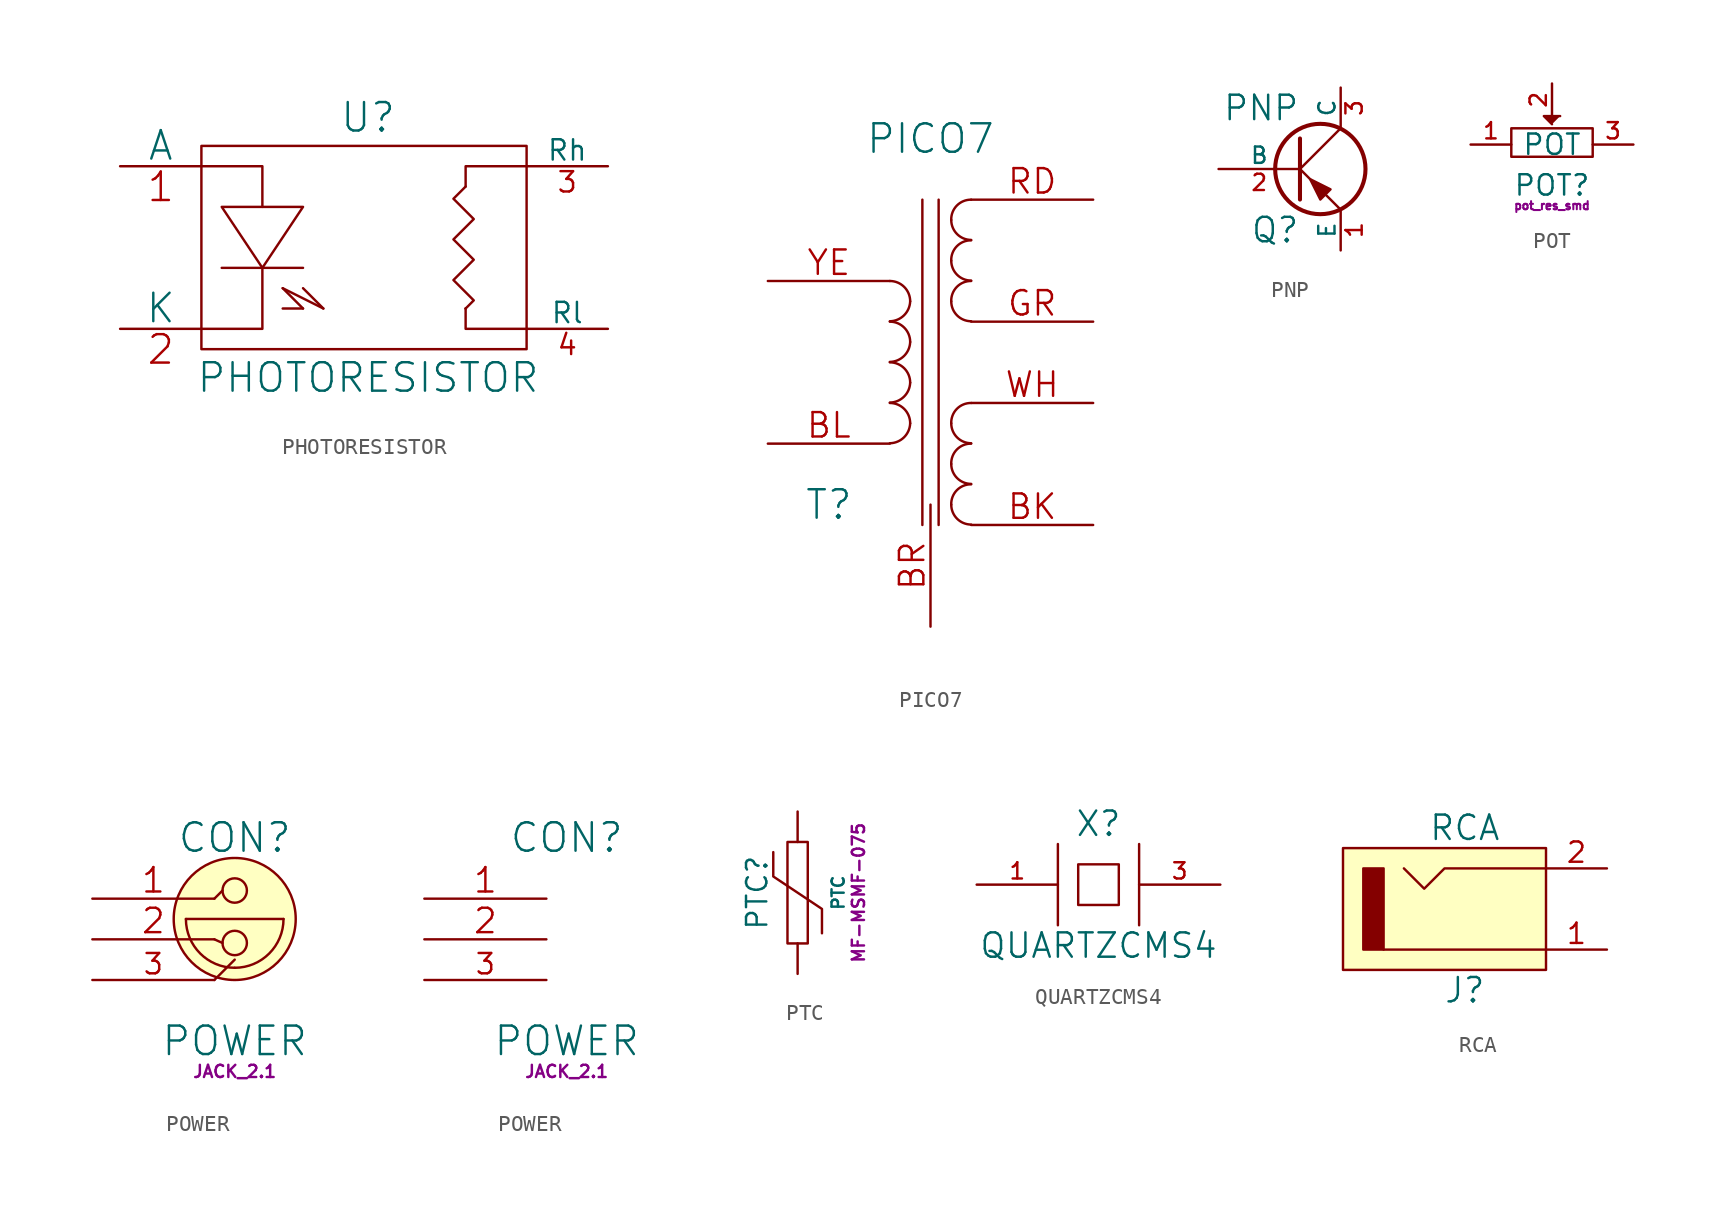
<source format=kicad_sym>
(kicad_symbol_lib
  (version 20220914)
  (generator kicad_symbol_editor)
  (symbol "PHOTORESISTOR"
    (pin_names
      (offset 0))
    (property "Reference" "U"
      (at 0.254 8.128 0)
      (effects (font (size 1.778 1.778))))
    (property "Value" "PHOTORESISTOR"
      (at 0.254 -8.128 0)
      (effects (font (size 1.778 1.778))))
    (property "Footprint" ""
      (at 0 0 0)
      (effects (font (size 1.524 1.524))))
    (property "Datasheet" ""
      (at 0 0 0)
      (effects (font (size 1.524 1.524))))
    (symbol "PHOTORESISTOR_0_0"
      (polyline (pts (xy -8.89 -1.27) (xy -3.81 -1.27)) (stroke (width 0) (type default)) (fill (type none)))
      (polyline (pts (xy -5.08 -2.54) (xy -3.81 -3.81)) (stroke (width 0) (type default)) (fill (type none)))
      (polyline (pts (xy -5.08 -2.54) (xy -2.54 -3.81)) (stroke (width 0) (type default)) (fill (type none)))
      (polyline (pts (xy -3.81 -3.81) (xy -3.81 -3.81) (xy -5.08 -3.81)) (stroke (width 0) (type default)) (fill (type none)))
      (polyline (pts (xy -3.81 -2.54) (xy -2.54 -3.81) (xy -3.81 -2.54)) (stroke (width 0) (type default)) (fill (type none)))
      (polyline (pts (xy -8.89 2.54) (xy -3.81 2.54) (xy -6.35 -1.27) (xy -8.89 2.54)) (stroke (width 0) (type default)) (fill (type none))))
    (symbol "PHOTORESISTOR_0_1"
      (rectangle (start -10.16 6.35) (end 10.16 -6.35) (stroke (width 0) (type default)) (fill (type none)))
      (polyline (pts (xy 6.35 -3.81) (xy 6.35 -3.81)) (stroke (width 0) (type default)) (fill (type none)))
      (polyline (pts (xy -10.16 -5.08) (xy -6.35 -5.08) (xy -6.35 -1.27)) (stroke (width 0) (type default)) (fill (type none)))
      (polyline (pts (xy -10.16 5.08) (xy -6.35 5.08) (xy -6.35 2.54)) (stroke (width 0) (type default)) (fill (type none)))
      (polyline (pts (xy 10.16 -5.08) (xy 6.35 -5.08) (xy 6.35 -3.81) (xy 6.35 -3.81)) (stroke (width 0) (type default)) (fill (type none)))
      (polyline (pts (xy 10.16 5.08) (xy 6.35 5.08) (xy 6.35 3.81) (xy 6.35 3.81) (xy 6.35 3.81)) (stroke (width 0) (type default)) (fill (type none)))
      (polyline (pts (xy 6.35 3.81) (xy 5.588 3.048) (xy 6.858 1.778) (xy 5.588 0.508) (xy 6.858 -0.762) (xy 5.588 -2.032) (xy 6.858 -3.302) (xy 6.35 -3.81) (xy 6.35 -3.81) (xy 6.35 -3.81)) (stroke (width 0) (type default)) (fill (type none))))
    (symbol "PHOTORESISTOR_1_1"
      (pin input line (at -15.24 5.08 0) (length 5.08) (name "A" (effects (font (size 1.778 1.778)))) (number "1" (effects (font (size 1.778 1.778)))))
      (pin input line (at -15.24 -5.08 0) (length 5.08) (name "K" (effects (font (size 1.778 1.778)))) (number "2" (effects (font (size 1.778 1.778)))))
      (pin passive line (at 15.24 5.08 180) (length 5.08) (name "Rh" (effects (font (size 1.27 1.27)))) (number "3" (effects (font (size 1.27 1.27)))))
      (pin passive line (at 15.24 -5.08 180) (length 5.08) (name "Rl" (effects (font (size 1.27 1.27)))) (number "4" (effects (font (size 1.27 1.27)))))))
  (symbol "PICO7"
    (pin_names
      (offset 1.016) hide)
    (property "Reference" "T"
      (at -6.35 -8.89 0)
      (effects (font (size 1.778 1.778))))
    (property "Value" "PICO7"
      (at 0 13.97 0)
      (effects (font (size 1.778 1.778))))
    (property "Footprint" ""
      (at 0 0 0)
      (effects (font (size 1.524 1.524))))
    (property "Datasheet" ""
      (at 0 0 0)
      (effects (font (size 1.524 1.524))))
    (symbol "PICO7_0_1"
      (arc (start -2.54 -5.0546) (mid -1.6599 -4.6901) (end -1.27 -3.81) (stroke (width 0) (type default)) (fill (type none)))
      (arc (start -2.54 -2.5146) (mid -1.6599 -2.1501) (end -1.27 -1.27) (stroke (width 0) (type default)) (fill (type none)))
      (arc (start -2.54 0.0254) (mid -1.6599 0.3899) (end -1.27 1.27) (stroke (width 0) (type default)) (fill (type none)))
      (arc (start -2.54 2.5654) (mid -1.6599 2.9299) (end -1.27 3.81) (stroke (width 0) (type default)) (fill (type none)))
      (arc (start -1.27 -3.81) (mid -1.642 -2.912) (end -2.54 -2.54) (stroke (width 0) (type default)) (fill (type none)))
      (arc (start -1.27 -1.27) (mid -1.642 -0.372) (end -2.54 0) (stroke (width 0) (type default)) (fill (type none)))
      (arc (start -1.27 1.27) (mid -1.642 2.168) (end -2.54 2.54) (stroke (width 0) (type default)) (fill (type none)))
      (arc (start -1.27 3.81) (mid -1.642 4.708) (end -2.54 5.08) (stroke (width 0) (type default)) (fill (type none)))
      (polyline (pts (xy -0.508 -10.16) (xy -0.508 10.16)) (stroke (width 0) (type default)) (fill (type none)))
      (polyline (pts (xy 0.508 10.16) (xy 0.508 -10.16)) (stroke (width 0) (type default)) (fill (type none)))
      (arc (start 1.2954 -8.89) (mid 1.6599 -9.7701) (end 2.54 -10.1346) (stroke (width 0) (type default)) (fill (type none)))
      (arc (start 1.2954 -6.35) (mid 1.6599 -7.2301) (end 2.54 -7.5946) (stroke (width 0) (type default)) (fill (type none)))
      (arc (start 1.2954 -3.81) (mid 1.6599 -4.6901) (end 2.54 -5.0546) (stroke (width 0) (type default)) (fill (type none)))
      (arc (start 1.2954 3.81) (mid 1.6599 2.9299) (end 2.54 2.5654) (stroke (width 0) (type default)) (fill (type none)))
      (arc (start 1.2954 6.35) (mid 1.6599 5.4699) (end 2.54 5.1054) (stroke (width 0) (type default)) (fill (type none)))
      (arc (start 1.2954 8.89) (mid 1.6599 8.0099) (end 2.54 7.6454) (stroke (width 0) (type default)) (fill (type none)))
      (arc (start 2.54 -7.62) (mid 1.642 -7.992) (end 1.2954 -8.89) (stroke (width 0) (type default)) (fill (type none)))
      (arc (start 2.54 -5.08) (mid 1.642 -5.452) (end 1.2954 -6.35) (stroke (width 0) (type default)) (fill (type none)))
      (arc (start 2.54 -2.54) (mid 1.642 -2.912) (end 1.2954 -3.81) (stroke (width 0) (type default)) (fill (type none)))
      (arc (start 2.54 5.08) (mid 1.642 4.708) (end 1.2954 3.81) (stroke (width 0) (type default)) (fill (type none)))
      (arc (start 2.54 7.62) (mid 1.642 7.248) (end 1.2954 6.35) (stroke (width 0) (type default)) (fill (type none)))
      (arc (start 2.54 10.16) (mid 1.642 9.788) (end 1.2954 8.89) (stroke (width 0) (type default)) (fill (type none))))
    (symbol "PICO7_1_1"
      (pin passive line (at 10.16 -10.16 180) (length 7.62) (name "SD" (effects (font (size 1.524 1.524)))) (number "BK" (effects (font (size 1.524 1.524)))))
      (pin passive line (at -10.16 -5.08 0) (length 7.62) (name "AB" (effects (font (size 1.524 1.524)))) (number "BL" (effects (font (size 1.524 1.524)))))
      (pin passive line (at 0 -16.51 90) (length 7.62) (name "~" (effects (font (size 1.524 1.524)))) (number "BR" (effects (font (size 1.524 1.524)))))
      (pin passive line (at 10.16 2.54 180) (length 7.62) (name "SB" (effects (font (size 1.524 1.524)))) (number "GR" (effects (font (size 1.524 1.524)))))
      (pin passive line (at 10.16 10.16 180) (length 7.62) (name "SA" (effects (font (size 1.524 1.524)))) (number "RD" (effects (font (size 1.524 1.524)))))
      (pin passive line (at 10.16 -2.54 180) (length 7.62) (name "SC" (effects (font (size 1.524 1.524)))) (number "WH" (effects (font (size 1.524 1.524)))))
      (pin passive line (at -10.16 5.08 0) (length 7.62) (name "AA" (effects (font (size 1.524 1.524)))) (number "YE" (effects (font (size 1.524 1.524)))))))
  (symbol "PNP"
    (pin_names
      (offset 0))
    (property "Reference" "Q"
      (at 0 -3.81 0)
      (effects (font (size 1.524 1.524)) (justify right)))
    (property "Value" "PNP"
      (at 0 3.81 0)
      (effects (font (size 1.524 1.524)) (justify right)))
    (property "Footprint" ""
      (at 0 0 0)
      (effects (font (size 1.524 1.524))))
    (property "Datasheet" ""
      (at 0 0 0)
      (effects (font (size 1.524 1.524))))
    (symbol "PNP_0_1"
      (polyline (pts (xy 0 0) (xy 2.54 2.54)) (stroke (width 0) (type default)) (fill (type none)))
      (polyline (pts (xy 0 1.905) (xy 0 -1.905) (xy 0 -1.905)) (stroke (width 0.254) (type default)) (fill (type outline)))
      (polyline (pts (xy 0.635 -0.635) (xy 0 0) (xy 0 0)) (stroke (width 0) (type default)) (fill (type none)))
      (polyline (pts (xy 2.54 -2.54) (xy 1.651 -1.651) (xy 1.651 -1.651)) (stroke (width 0) (type default)) (fill (type none)))
      (polyline (pts (xy 0.635 -0.635) (xy 1.27 -1.905) (xy 1.905 -1.27) (xy 0.635 -0.635) (xy 0.635 -0.635)) (stroke (width 0) (type default)) (fill (type outline)))
      (circle (center 1.27 0) (radius 2.819) (stroke (width 0.254) (type default)) (fill (type none))))
    (symbol "PNP_1_1"
      (pin passive line (at 2.54 -5.08 90) (length 2.54) (name "E" (effects (font (size 1.016 1.016)))) (number "1" (effects (font (size 1.016 1.016)))))
      (pin input line (at -5.08 0 0) (length 5.08) (name "B" (effects (font (size 1.016 1.016)))) (number "2" (effects (font (size 1.016 1.016)))))
      (pin passive line (at 2.54 5.08 270) (length 2.54) (name "C" (effects (font (size 1.016 1.016)))) (number "3" (effects (font (size 1.016 1.016)))))))
  (symbol "POT"
    (pin_names
      (offset 1.016) hide)
    (property "Reference" "POT"
      (at 0 -2.54 0)
      (effects (font (size 1.27 1.27))))
    (property "Value" "POT"
      (at 0 0 0)
      (effects (font (size 1.27 1.27))))
    (property "Footprint" "pot_res_smd"
      (at 0 -3.81 0)
      (effects (font (size 0.508 0.508))))
    (property "Datasheet" ""
      (at 0 0 0)
      (effects (font (size 1.524 1.524))))
    (symbol "POT_0_1"
      (polyline (pts (xy 0 1.27) (xy -0.508 1.778) (xy 0.508 1.778)) (stroke (width 0) (type default)) (fill (type outline)))
      (polyline (pts (xy -2.54 0) (xy -2.54 1.016) (xy 2.54 1.016) (xy 2.54 -0.762) (xy -2.54 -0.762) (xy -2.54 0) (xy -2.54 0)) (stroke (width 0) (type default)) (fill (type none))))
    (symbol "POT_1_1"
      (pin passive line (at -5.08 0 0) (length 2.54) (name "1" (effects (font (size 1.016 1.016)))) (number "1" (effects (font (size 1.016 1.016)))))
      (pin passive line (at 0 3.81 270) (length 2.032) (name "2" (effects (font (size 1.016 1.016)))) (number "2" (effects (font (size 1.016 1.016)))))
      (pin passive line (at 5.08 0 180) (length 2.54) (name "3" (effects (font (size 1.016 1.016)))) (number "3" (effects (font (size 1.016 1.016)))))))
  (symbol "POWER"
    (pin_names
      (offset 1.016) hide)
    (property "Reference" "CON"
      (at 0 5.08 0)
      (effects (font (size 1.778 1.778))))
    (property "Value" "POWER"
      (at 0 -7.62 0)
      (effects (font (size 1.778 1.778))))
    (property "Footprint" "JACK_2.1"
      (at 0 -9.525 0)
      (effects (font (size 0.762 0.762))))
    (property "Datasheet" ""
      (at 0 0 0)
      (effects (font (size 1.524 1.524))))
    (symbol "POWER_0_1"
      (arc (start -3.048 0) (mid -2.1553 -2.1553) (end 0 -3.048) (stroke (width 0) (type default)) (fill (type none)))
      (arc (start 0 -3.048) (mid 2.1553 -2.1553) (end 3.048 0) (stroke (width 0) (type default)) (fill (type none)))
      (circle (center 0 -1.499) (radius 0.762) (stroke (width 0) (type default)) (fill (type none)))
      (polyline (pts (xy -3.048 0) (xy 3.048 0)) (stroke (width 0) (type default)) (fill (type none)))
      (polyline (pts (xy -1.27 1.27) (xy -0.762 1.778)) (stroke (width 0) (type default)) (fill (type none)))
      (polyline (pts (xy -0.762 -1.499) (xy -1.27 -1.27)) (stroke (width 0) (type default)) (fill (type none)))
      (polyline (pts (xy -1.27 -3.81) (xy 0 -2.54) (xy 0 -2.54)) (stroke (width 0) (type default)) (fill (type none)))
      (circle (center 0 0) (radius 3.81) (stroke (width 0) (type default)) (fill (type background)))
      (circle (center 0 1.778) (radius 0.762) (stroke (width 0) (type default)) (fill (type none))))
    (symbol "POWER_1_1"
      (pin bidirectional line (at -8.89 1.27 0) (length 7.62) (name "~" (effects (font (size 1.524 1.524)))) (number "1" (effects (font (size 1.524 1.524)))))
      (pin bidirectional line (at -8.89 -1.27 0) (length 7.62) (name "~" (effects (font (size 1.524 1.524)))) (number "2" (effects (font (size 1.524 1.524)))))
      (pin input line (at -8.89 -3.81 0) (length 7.62) (name "~" (effects (font (size 1.27 1.27)))) (number "3" (effects (font (size 1.27 1.27))))))
    (symbol "POWER_1_2"
      (pin bidirectional line (at -8.89 1.27 0) (length 7.62) (name "~" (effects (font (size 1.524 1.524)))) (number "1" (effects (font (size 1.524 1.524)))))
      (pin bidirectional line (at -8.89 -1.27 0) (length 7.62) (name "~" (effects (font (size 1.524 1.524)))) (number "2" (effects (font (size 1.524 1.524)))))
      (pin input line (at -8.89 -3.81 0) (length 7.62) (name "~" (effects (font (size 1.27 1.27)))) (number "3" (effects (font (size 1.27 1.27)))))))
  (symbol "PTC"
    (pin_numbers hide)
    (pin_names
      (offset 0))
    (property "Reference" "PTC"
      (at -2.54 0 90)
      (effects (font (size 1.27 1.27))))
    (property "Value" "PTC"
      (at 2.54 0 90)
      (effects (font (size 0.762 0.762))))
    (property "Footprint" "MF-MSMF-075"
      (at 3.81 0 90)
      (effects (font (size 0.762 0.762))))
    (property "Datasheet" ""
      (at 0 0 0)
      (effects (font (size 1.524 1.524))))
    (symbol "PTC_0_1"
      (rectangle (start -0.635 3.175) (end 0.635 -3.175) (stroke (width 0) (type default)) (fill (type none)))
      (polyline (pts (xy -1.524 2.54) (xy -1.524 1.016) (xy 1.524 -1.016) (xy 1.524 -2.54) (xy 1.524 -2.54)) (stroke (width 0) (type default)) (fill (type none))))
    (symbol "PTC_1_1"
      (pin passive line (at 0 -5.08 90) (length 1.905) (name "~" (effects (font (size 1.524 1.524)))) (number "1" (effects (font (size 1.524 1.524)))))
      (pin passive line (at 0 5.08 270) (length 1.905) (name "~" (effects (font (size 1.524 1.524)))) (number "2" (effects (font (size 1.524 1.524)))))))
  (symbol "QUARTZCMS4"
    (pin_names
      (offset 1.016) hide)
    (property "Reference" "X"
      (at 0 3.81 0)
      (effects (font (size 1.524 1.524))))
    (property "Value" "QUARTZCMS4"
      (at 0 -3.81 0)
      (effects (font (size 1.524 1.524))))
    (property "Footprint" ""
      (at 0 0 0)
      (effects (font (size 1.524 1.524))))
    (property "Datasheet" ""
      (at 0 0 0)
      (effects (font (size 1.524 1.524))))
    (symbol "QUARTZCMS4_0_1"
      (polyline (pts (xy -2.54 2.54) (xy -2.54 -2.54)) (stroke (width 0) (type default)) (fill (type none)))
      (polyline (pts (xy 2.54 2.54) (xy 2.54 -2.54)) (stroke (width 0) (type default)) (fill (type none)))
      (polyline (pts (xy -1.27 1.27) (xy 1.27 1.27) (xy 1.27 -1.27) (xy -1.27 -1.27) (xy -1.27 1.27)) (stroke (width 0) (type default)) (fill (type none))))
    (symbol "QUARTZCMS4_1_1"
      (pin passive line (at -7.62 0 0) (length 5.08) (name "1" (effects (font (size 1.016 1.016)))) (number "1" (effects (font (size 1.016 1.016)))))
      (pin passive line (at 7.62 0 180) (length 5.08) (name "3" (effects (font (size 1.016 1.016)))) (number "3" (effects (font (size 1.016 1.016)))))))
  (symbol "RCA"
    (pin_names
      (offset 1.016))
    (property "Reference" "J"
      (at 0 -5.08 0)
      (effects (font (size 1.524 1.524))))
    (property "Value" "RCA"
      (at 0 5.08 0)
      (effects (font (size 1.524 1.524))))
    (property "Footprint" ""
      (at 5.08 0 0)
      (effects (font (size 1.524 1.524))))
    (property "Datasheet" ""
      (at 5.08 0 0)
      (effects (font (size 1.524 1.524))))
    (symbol "RCA_0_1"
      (rectangle (start -7.62 3.81) (end 5.08 -3.81) (stroke (width 0) (type default)) (fill (type background)))
      (polyline (pts (xy 5.08 -2.54) (xy -5.08 -2.54)) (stroke (width 0) (type default)) (fill (type none)))
      (polyline (pts (xy 5.08 2.54) (xy -1.27 2.54) (xy -2.54 1.27) (xy -3.81 2.54)) (stroke (width 0) (type default)) (fill (type none)))
      (polyline (pts (xy -5.08 -2.54) (xy -5.08 2.54) (xy -6.35 2.54) (xy -6.35 -2.54) (xy -5.08 -2.54)) (stroke (width 0) (type default)) (fill (type outline))))
    (symbol "RCA_1_1"
      (pin passive line (at 8.89 -2.54 180) (length 3.81) (name "~" (effects (font (size 1.27 1.27)))) (number "1" (effects (font (size 1.27 1.27)))))
      (pin passive line (at 8.89 2.54 180) (length 3.81) (name "~" (effects (font (size 1.27 1.27)))) (number "2" (effects (font (size 1.27 1.27))))))))
</source>
